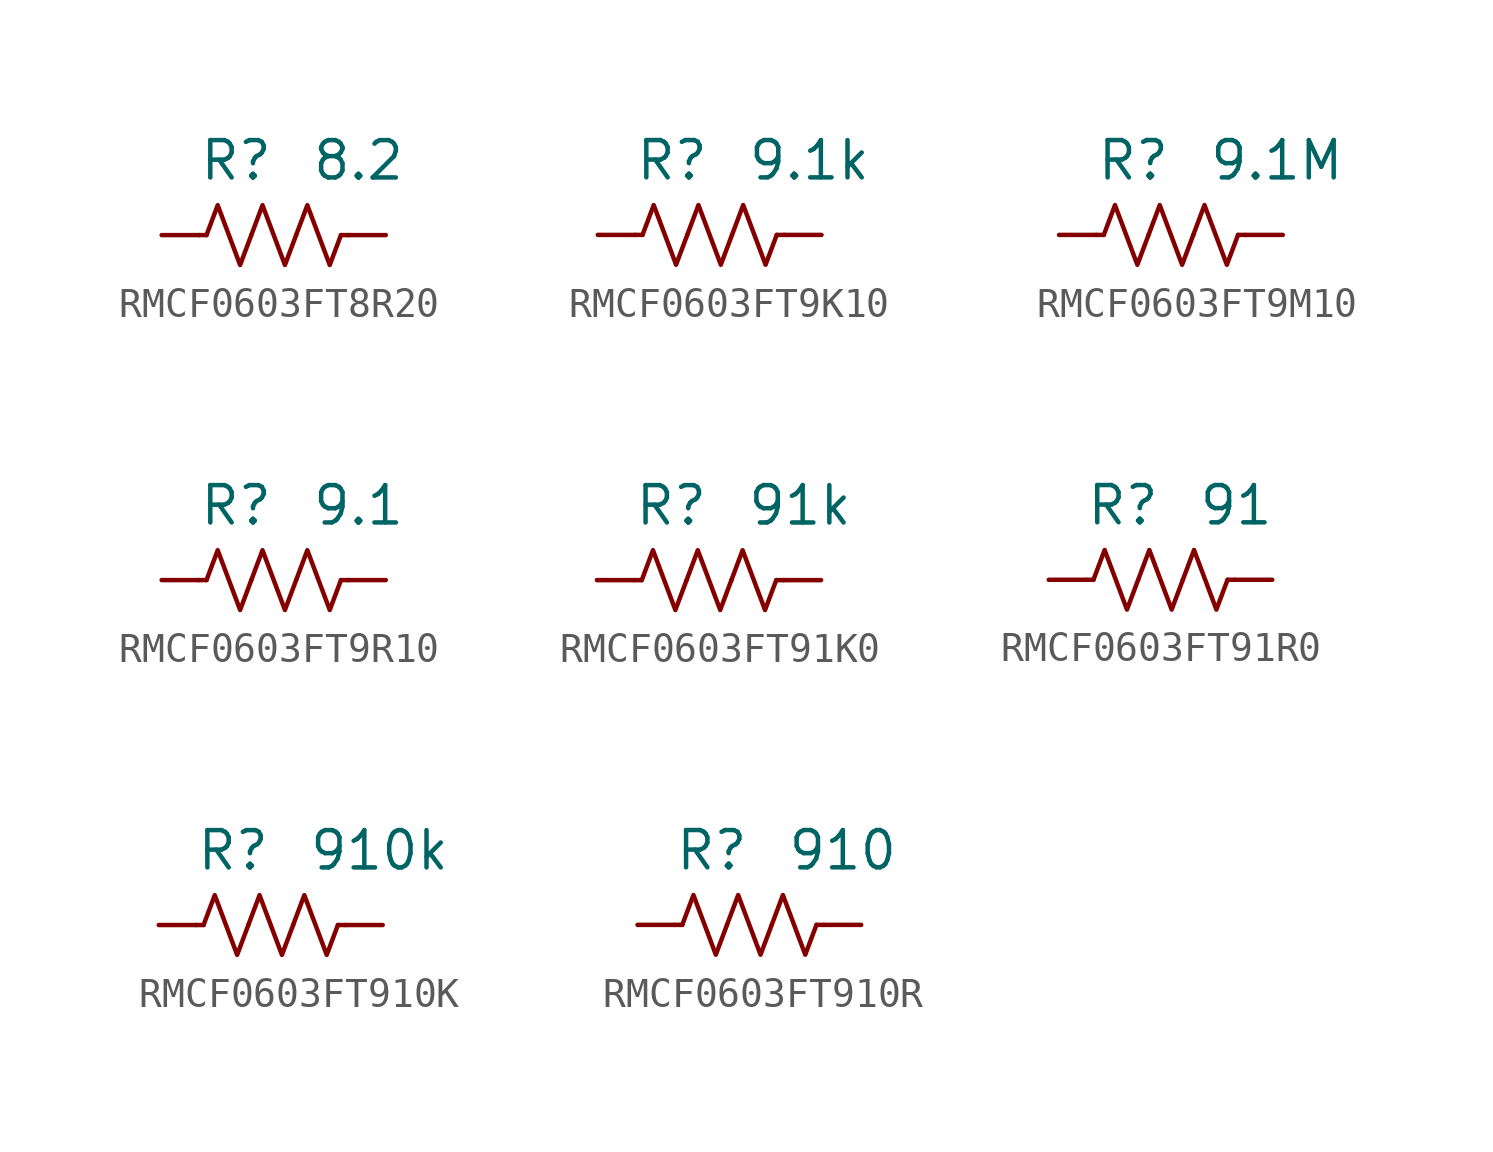
<source format=kicad_sym>
(kicad_symbol_lib
  (version 20241209)
  (generator "kicad_symbol_editor")
  (generator_version "9.0")
  (symbol "RMCF0603FT8R20"
    (pin_numbers
      (hide yes))
    (property "Reference" "R"
      (at 0 2.54 0)
      (effects (font (size 1.27 1.27)) (justify right)))
    (property "Value" "8.2"
      (at 1.27 2.54 0)
      (effects (font (size 1.27 1.27)) (justify left)))
    (symbol "RMCF0603FT8R20_0_1"
      (polyline (pts (xy -2.286 0) (xy -2.54 0)) (stroke (width 0) (type default)) (fill (type none)))
      (polyline (pts (xy -2.286 0) (xy -1.905 1.016) (xy -1.524 0) (xy -1.143 -1.016) (xy -0.762 0)) (stroke (width 0) (type default)) (fill (type none)))
      (polyline (pts (xy -0.762 0) (xy -0.381 1.016) (xy 0 0) (xy 0.381 -1.016) (xy 0.762 0)) (stroke (width 0) (type default)) (fill (type none)))
      (polyline (pts (xy 0.762 0) (xy 1.143 1.016) (xy 1.524 0) (xy 1.905 -1.016) (xy 2.286 0)) (stroke (width 0) (type default)) (fill (type none)))
      (polyline (pts (xy 2.286 0) (xy 2.54 0)) (stroke (width 0) (type default)) (fill (type none))))
    (symbol "RMCF0603FT8R20_1_1"
      (pin passive line (at -3.81 0 0) (length 1.27) (name "~" (effects (font (size 1.27 1.27)))) (number "1" (effects (font (size 1.27 1.27)))))
      (pin passive line (at 3.81 0 180) (length 1.27) (name "~" (effects (font (size 1.27 1.27)))) (number "2" (effects (font (size 1.27 1.27)))))))
  (symbol "RMCF0603FT9K10"
    (pin_numbers
      (hide yes))
    (property "Reference" "R"
      (at 0 2.54 0)
      (effects (font (size 1.27 1.27)) (justify right)))
    (property "Value" "9.1k"
      (at 1.27 2.54 0)
      (effects (font (size 1.27 1.27)) (justify left)))
    (symbol "RMCF0603FT9K10_0_1"
      (polyline (pts (xy -2.286 0) (xy -2.54 0)) (stroke (width 0) (type default)) (fill (type none)))
      (polyline (pts (xy -2.286 0) (xy -1.905 1.016) (xy -1.524 0) (xy -1.143 -1.016) (xy -0.762 0)) (stroke (width 0) (type default)) (fill (type none)))
      (polyline (pts (xy -0.762 0) (xy -0.381 1.016) (xy 0 0) (xy 0.381 -1.016) (xy 0.762 0)) (stroke (width 0) (type default)) (fill (type none)))
      (polyline (pts (xy 0.762 0) (xy 1.143 1.016) (xy 1.524 0) (xy 1.905 -1.016) (xy 2.286 0)) (stroke (width 0) (type default)) (fill (type none)))
      (polyline (pts (xy 2.286 0) (xy 2.54 0)) (stroke (width 0) (type default)) (fill (type none))))
    (symbol "RMCF0603FT9K10_1_1"
      (pin passive line (at -3.81 0 0) (length 1.27) (name "~" (effects (font (size 1.27 1.27)))) (number "1" (effects (font (size 1.27 1.27)))))
      (pin passive line (at 3.81 0 180) (length 1.27) (name "~" (effects (font (size 1.27 1.27)))) (number "2" (effects (font (size 1.27 1.27)))))))
  (symbol "RMCF0603FT9M10"
    (pin_numbers
      (hide yes))
    (property "Reference" "R"
      (at 0 2.54 0)
      (effects (font (size 1.27 1.27)) (justify right)))
    (property "Value" "9.1M"
      (at 1.27 2.54 0)
      (effects (font (size 1.27 1.27)) (justify left)))
    (symbol "RMCF0603FT9M10_0_1"
      (polyline (pts (xy -2.286 0) (xy -2.54 0)) (stroke (width 0) (type default)) (fill (type none)))
      (polyline (pts (xy -2.286 0) (xy -1.905 1.016) (xy -1.524 0) (xy -1.143 -1.016) (xy -0.762 0)) (stroke (width 0) (type default)) (fill (type none)))
      (polyline (pts (xy -0.762 0) (xy -0.381 1.016) (xy 0 0) (xy 0.381 -1.016) (xy 0.762 0)) (stroke (width 0) (type default)) (fill (type none)))
      (polyline (pts (xy 0.762 0) (xy 1.143 1.016) (xy 1.524 0) (xy 1.905 -1.016) (xy 2.286 0)) (stroke (width 0) (type default)) (fill (type none)))
      (polyline (pts (xy 2.286 0) (xy 2.54 0)) (stroke (width 0) (type default)) (fill (type none))))
    (symbol "RMCF0603FT9M10_1_1"
      (pin passive line (at -3.81 0 0) (length 1.27) (name "~" (effects (font (size 1.27 1.27)))) (number "1" (effects (font (size 1.27 1.27)))))
      (pin passive line (at 3.81 0 180) (length 1.27) (name "~" (effects (font (size 1.27 1.27)))) (number "2" (effects (font (size 1.27 1.27)))))))
  (symbol "RMCF0603FT9R10"
    (pin_numbers
      (hide yes))
    (property "Reference" "R"
      (at 0 2.54 0)
      (effects (font (size 1.27 1.27)) (justify right)))
    (property "Value" "9.1"
      (at 1.27 2.54 0)
      (effects (font (size 1.27 1.27)) (justify left)))
    (symbol "RMCF0603FT9R10_0_1"
      (polyline (pts (xy -2.286 0) (xy -2.54 0)) (stroke (width 0) (type default)) (fill (type none)))
      (polyline (pts (xy -2.286 0) (xy -1.905 1.016) (xy -1.524 0) (xy -1.143 -1.016) (xy -0.762 0)) (stroke (width 0) (type default)) (fill (type none)))
      (polyline (pts (xy -0.762 0) (xy -0.381 1.016) (xy 0 0) (xy 0.381 -1.016) (xy 0.762 0)) (stroke (width 0) (type default)) (fill (type none)))
      (polyline (pts (xy 0.762 0) (xy 1.143 1.016) (xy 1.524 0) (xy 1.905 -1.016) (xy 2.286 0)) (stroke (width 0) (type default)) (fill (type none)))
      (polyline (pts (xy 2.286 0) (xy 2.54 0)) (stroke (width 0) (type default)) (fill (type none))))
    (symbol "RMCF0603FT9R10_1_1"
      (pin passive line (at -3.81 0 0) (length 1.27) (name "~" (effects (font (size 1.27 1.27)))) (number "1" (effects (font (size 1.27 1.27)))))
      (pin passive line (at 3.81 0 180) (length 1.27) (name "~" (effects (font (size 1.27 1.27)))) (number "2" (effects (font (size 1.27 1.27)))))))
  (symbol "RMCF0603FT91K0"
    (pin_numbers
      (hide yes))
    (property "Reference" "R"
      (at 0 2.54 0)
      (effects (font (size 1.27 1.27)) (justify right)))
    (property "Value" "91k"
      (at 1.27 2.54 0)
      (effects (font (size 1.27 1.27)) (justify left)))
    (symbol "RMCF0603FT91K0_0_1"
      (polyline (pts (xy -2.286 0) (xy -2.54 0)) (stroke (width 0) (type default)) (fill (type none)))
      (polyline (pts (xy -2.286 0) (xy -1.905 1.016) (xy -1.524 0) (xy -1.143 -1.016) (xy -0.762 0)) (stroke (width 0) (type default)) (fill (type none)))
      (polyline (pts (xy -0.762 0) (xy -0.381 1.016) (xy 0 0) (xy 0.381 -1.016) (xy 0.762 0)) (stroke (width 0) (type default)) (fill (type none)))
      (polyline (pts (xy 0.762 0) (xy 1.143 1.016) (xy 1.524 0) (xy 1.905 -1.016) (xy 2.286 0)) (stroke (width 0) (type default)) (fill (type none)))
      (polyline (pts (xy 2.286 0) (xy 2.54 0)) (stroke (width 0) (type default)) (fill (type none))))
    (symbol "RMCF0603FT91K0_1_1"
      (pin passive line (at -3.81 0 0) (length 1.27) (name "~" (effects (font (size 1.27 1.27)))) (number "1" (effects (font (size 1.27 1.27)))))
      (pin passive line (at 3.81 0 180) (length 1.27) (name "~" (effects (font (size 1.27 1.27)))) (number "2" (effects (font (size 1.27 1.27)))))))
  (symbol "RMCF0603FT91R0"
    (pin_numbers
      (hide yes))
    (property "Reference" "R"
      (at 0 2.54 0)
      (effects (font (size 1.27 1.27)) (justify right)))
    (property "Value" "91"
      (at 1.27 2.54 0)
      (effects (font (size 1.27 1.27)) (justify left)))
    (symbol "RMCF0603FT91R0_0_1"
      (polyline (pts (xy -2.286 0) (xy -2.54 0)) (stroke (width 0) (type default)) (fill (type none)))
      (polyline (pts (xy -2.286 0) (xy -1.905 1.016) (xy -1.524 0) (xy -1.143 -1.016) (xy -0.762 0)) (stroke (width 0) (type default)) (fill (type none)))
      (polyline (pts (xy -0.762 0) (xy -0.381 1.016) (xy 0 0) (xy 0.381 -1.016) (xy 0.762 0)) (stroke (width 0) (type default)) (fill (type none)))
      (polyline (pts (xy 0.762 0) (xy 1.143 1.016) (xy 1.524 0) (xy 1.905 -1.016) (xy 2.286 0)) (stroke (width 0) (type default)) (fill (type none)))
      (polyline (pts (xy 2.286 0) (xy 2.54 0)) (stroke (width 0) (type default)) (fill (type none))))
    (symbol "RMCF0603FT91R0_1_1"
      (pin passive line (at -3.81 0 0) (length 1.27) (name "~" (effects (font (size 1.27 1.27)))) (number "1" (effects (font (size 1.27 1.27)))))
      (pin passive line (at 3.81 0 180) (length 1.27) (name "~" (effects (font (size 1.27 1.27)))) (number "2" (effects (font (size 1.27 1.27)))))))
  (symbol "RMCF0603FT910K"
    (pin_numbers
      (hide yes))
    (property "Reference" "R"
      (at 0 2.54 0)
      (effects (font (size 1.27 1.27)) (justify right)))
    (property "Value" "910k"
      (at 1.27 2.54 0)
      (effects (font (size 1.27 1.27)) (justify left)))
    (symbol "RMCF0603FT910K_0_1"
      (polyline (pts (xy -2.286 0) (xy -2.54 0)) (stroke (width 0) (type default)) (fill (type none)))
      (polyline (pts (xy -2.286 0) (xy -1.905 1.016) (xy -1.524 0) (xy -1.143 -1.016) (xy -0.762 0)) (stroke (width 0) (type default)) (fill (type none)))
      (polyline (pts (xy -0.762 0) (xy -0.381 1.016) (xy 0 0) (xy 0.381 -1.016) (xy 0.762 0)) (stroke (width 0) (type default)) (fill (type none)))
      (polyline (pts (xy 0.762 0) (xy 1.143 1.016) (xy 1.524 0) (xy 1.905 -1.016) (xy 2.286 0)) (stroke (width 0) (type default)) (fill (type none)))
      (polyline (pts (xy 2.286 0) (xy 2.54 0)) (stroke (width 0) (type default)) (fill (type none))))
    (symbol "RMCF0603FT910K_1_1"
      (pin passive line (at -3.81 0 0) (length 1.27) (name "~" (effects (font (size 1.27 1.27)))) (number "1" (effects (font (size 1.27 1.27)))))
      (pin passive line (at 3.81 0 180) (length 1.27) (name "~" (effects (font (size 1.27 1.27)))) (number "2" (effects (font (size 1.27 1.27)))))))
  (symbol "RMCF0603FT910R"
    (pin_numbers
      (hide yes))
    (property "Reference" "R"
      (at 0 2.54 0)
      (effects (font (size 1.27 1.27)) (justify right)))
    (property "Value" "910"
      (at 1.27 2.54 0)
      (effects (font (size 1.27 1.27)) (justify left)))
    (symbol "RMCF0603FT910R_0_1"
      (polyline (pts (xy -2.286 0) (xy -2.54 0)) (stroke (width 0) (type default)) (fill (type none)))
      (polyline (pts (xy -2.286 0) (xy -1.905 1.016) (xy -1.524 0) (xy -1.143 -1.016) (xy -0.762 0)) (stroke (width 0) (type default)) (fill (type none)))
      (polyline (pts (xy -0.762 0) (xy -0.381 1.016) (xy 0 0) (xy 0.381 -1.016) (xy 0.762 0)) (stroke (width 0) (type default)) (fill (type none)))
      (polyline (pts (xy 0.762 0) (xy 1.143 1.016) (xy 1.524 0) (xy 1.905 -1.016) (xy 2.286 0)) (stroke (width 0) (type default)) (fill (type none)))
      (polyline (pts (xy 2.286 0) (xy 2.54 0)) (stroke (width 0) (type default)) (fill (type none))))
    (symbol "RMCF0603FT910R_1_1"
      (pin passive line (at -3.81 0 0) (length 1.27) (name "~" (effects (font (size 1.27 1.27)))) (number "1" (effects (font (size 1.27 1.27)))))
      (pin passive line (at 3.81 0 180) (length 1.27) (name "~" (effects (font (size 1.27 1.27)))) (number "2" (effects (font (size 1.27 1.27))))))))
</source>
